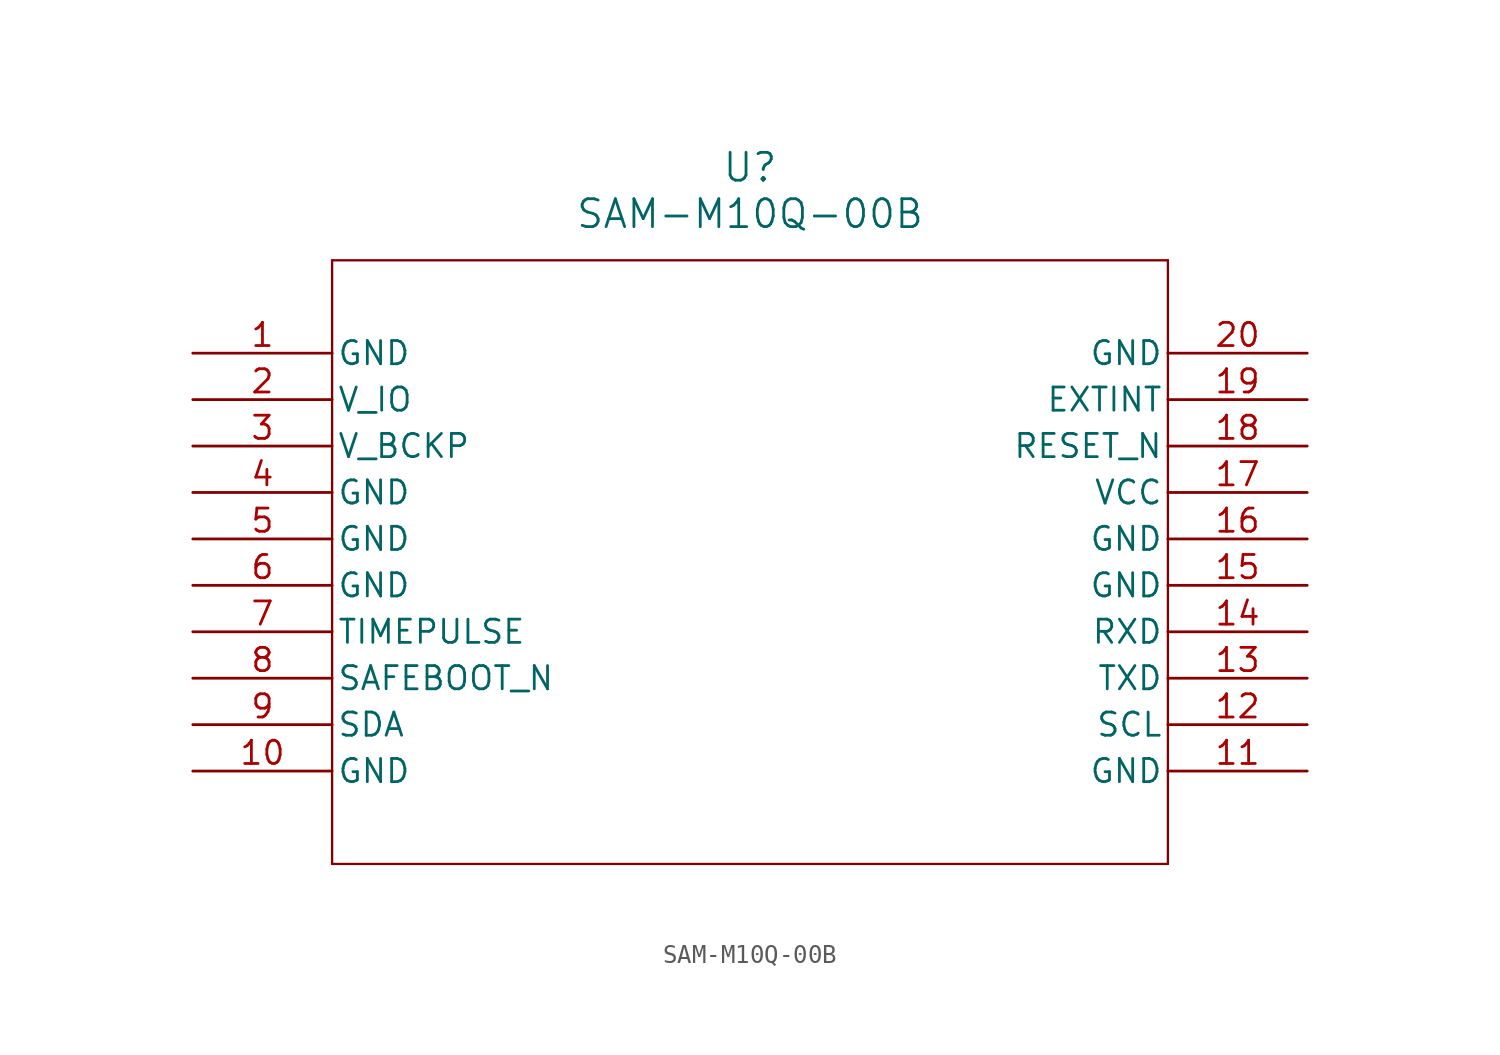
<source format=kicad_sym>
(kicad_symbol_lib
  (version 20211014)
  (generator kicad_symbol_editor)
  (symbol "SAM-M10Q-00B"
    (pin_names
      (offset 0.254))
    (property "Reference" "U"
      (at 30.48 10.16 0)
      (effects (font (size 1.524 1.524))))
    (property "Value" "SAM-M10Q-00B"
      (at 30.48 7.62 0)
      (effects (font (size 1.524 1.524))))
    (polyline
      (pts (xy 7.62 5.08) (xy 7.62 -27.94))
      (stroke (width 0.127) (type default) (color 0 0 0 0))
      (fill (type none)))
    (polyline
      (pts (xy 7.62 -27.94) (xy 53.34 -27.94))
      (stroke (width 0.127) (type default) (color 0 0 0 0))
      (fill (type none)))
    (polyline
      (pts (xy 53.34 -27.94) (xy 53.34 5.08))
      (stroke (width 0.127) (type default) (color 0 0 0 0))
      (fill (type none)))
    (polyline
      (pts (xy 53.34 5.08) (xy 7.62 5.08))
      (stroke (width 0.127) (type default) (color 0 0 0 0))
      (fill (type none)))
    (pin power_out line
      (at 0 0 0)
      (length 7.62)
      (name "GND" (effects (font (size 1.27 1.27))))
      (number "1" (effects (font (size 1.27 1.27)))))
    (pin power_in line
      (at 0 -2.54 0)
      (length 7.62)
      (name "V_IO" (effects (font (size 1.27 1.27))))
      (number "2" (effects (font (size 1.27 1.27)))))
    (pin power_in line
      (at 0 -5.08 0)
      (length 7.62)
      (name "V_BCKP" (effects (font (size 1.27 1.27))))
      (number "3" (effects (font (size 1.27 1.27)))))
    (pin power_out line
      (at 0 -7.62 0)
      (length 7.62)
      (name "GND" (effects (font (size 1.27 1.27))))
      (number "4" (effects (font (size 1.27 1.27)))))
    (pin power_out line
      (at 0 -10.16 0)
      (length 7.62)
      (name "GND" (effects (font (size 1.27 1.27))))
      (number "5" (effects (font (size 1.27 1.27)))))
    (pin power_out line
      (at 0 -12.7 0)
      (length 7.62)
      (name "GND" (effects (font (size 1.27 1.27))))
      (number "6" (effects (font (size 1.27 1.27)))))
    (pin output line
      (at 0 -15.24 0)
      (length 7.62)
      (name "TIMEPULSE" (effects (font (size 1.27 1.27))))
      (number "7" (effects (font (size 1.27 1.27)))))
    (pin input line
      (at 0 -17.78 0)
      (length 7.62)
      (name "SAFEBOOT_N" (effects (font (size 1.27 1.27))))
      (number "8" (effects (font (size 1.27 1.27)))))
    (pin bidirectional line
      (at 0 -20.32 0)
      (length 7.62)
      (name "SDA" (effects (font (size 1.27 1.27))))
      (number "9" (effects (font (size 1.27 1.27)))))
    (pin power_out line
      (at 0 -22.86 0)
      (length 7.62)
      (name "GND" (effects (font (size 1.27 1.27))))
      (number "10" (effects (font (size 1.27 1.27)))))
    (pin power_out line
      (at 60.96 -22.86 180)
      (length 7.62)
      (name "GND" (effects (font (size 1.27 1.27))))
      (number "11" (effects (font (size 1.27 1.27)))))
    (pin input line
      (at 60.96 -20.32 180)
      (length 7.62)
      (name "SCL" (effects (font (size 1.27 1.27))))
      (number "12" (effects (font (size 1.27 1.27)))))
    (pin output line
      (at 60.96 -17.78 180)
      (length 7.62)
      (name "TXD" (effects (font (size 1.27 1.27))))
      (number "13" (effects (font (size 1.27 1.27)))))
    (pin input line
      (at 60.96 -15.24 180)
      (length 7.62)
      (name "RXD" (effects (font (size 1.27 1.27))))
      (number "14" (effects (font (size 1.27 1.27)))))
    (pin power_out line
      (at 60.96 -12.7 180)
      (length 7.62)
      (name "GND" (effects (font (size 1.27 1.27))))
      (number "15" (effects (font (size 1.27 1.27)))))
    (pin power_out line
      (at 60.96 -10.16 180)
      (length 7.62)
      (name "GND" (effects (font (size 1.27 1.27))))
      (number "16" (effects (font (size 1.27 1.27)))))
    (pin power_in line
      (at 60.96 -7.62 180)
      (length 7.62)
      (name "VCC" (effects (font (size 1.27 1.27))))
      (number "17" (effects (font (size 1.27 1.27)))))
    (pin input line
      (at 60.96 -5.08 180)
      (length 7.62)
      (name "RESET_N" (effects (font (size 1.27 1.27))))
      (number "18" (effects (font (size 1.27 1.27)))))
    (pin input line
      (at 60.96 -2.54 180)
      (length 7.62)
      (name "EXTINT" (effects (font (size 1.27 1.27))))
      (number "19" (effects (font (size 1.27 1.27)))))
    (pin power_out line
      (at 60.96 0 180)
      (length 7.62)
      (name "GND" (effects (font (size 1.27 1.27))))
      (number "20" (effects (font (size 1.27 1.27)))))))
</source>
